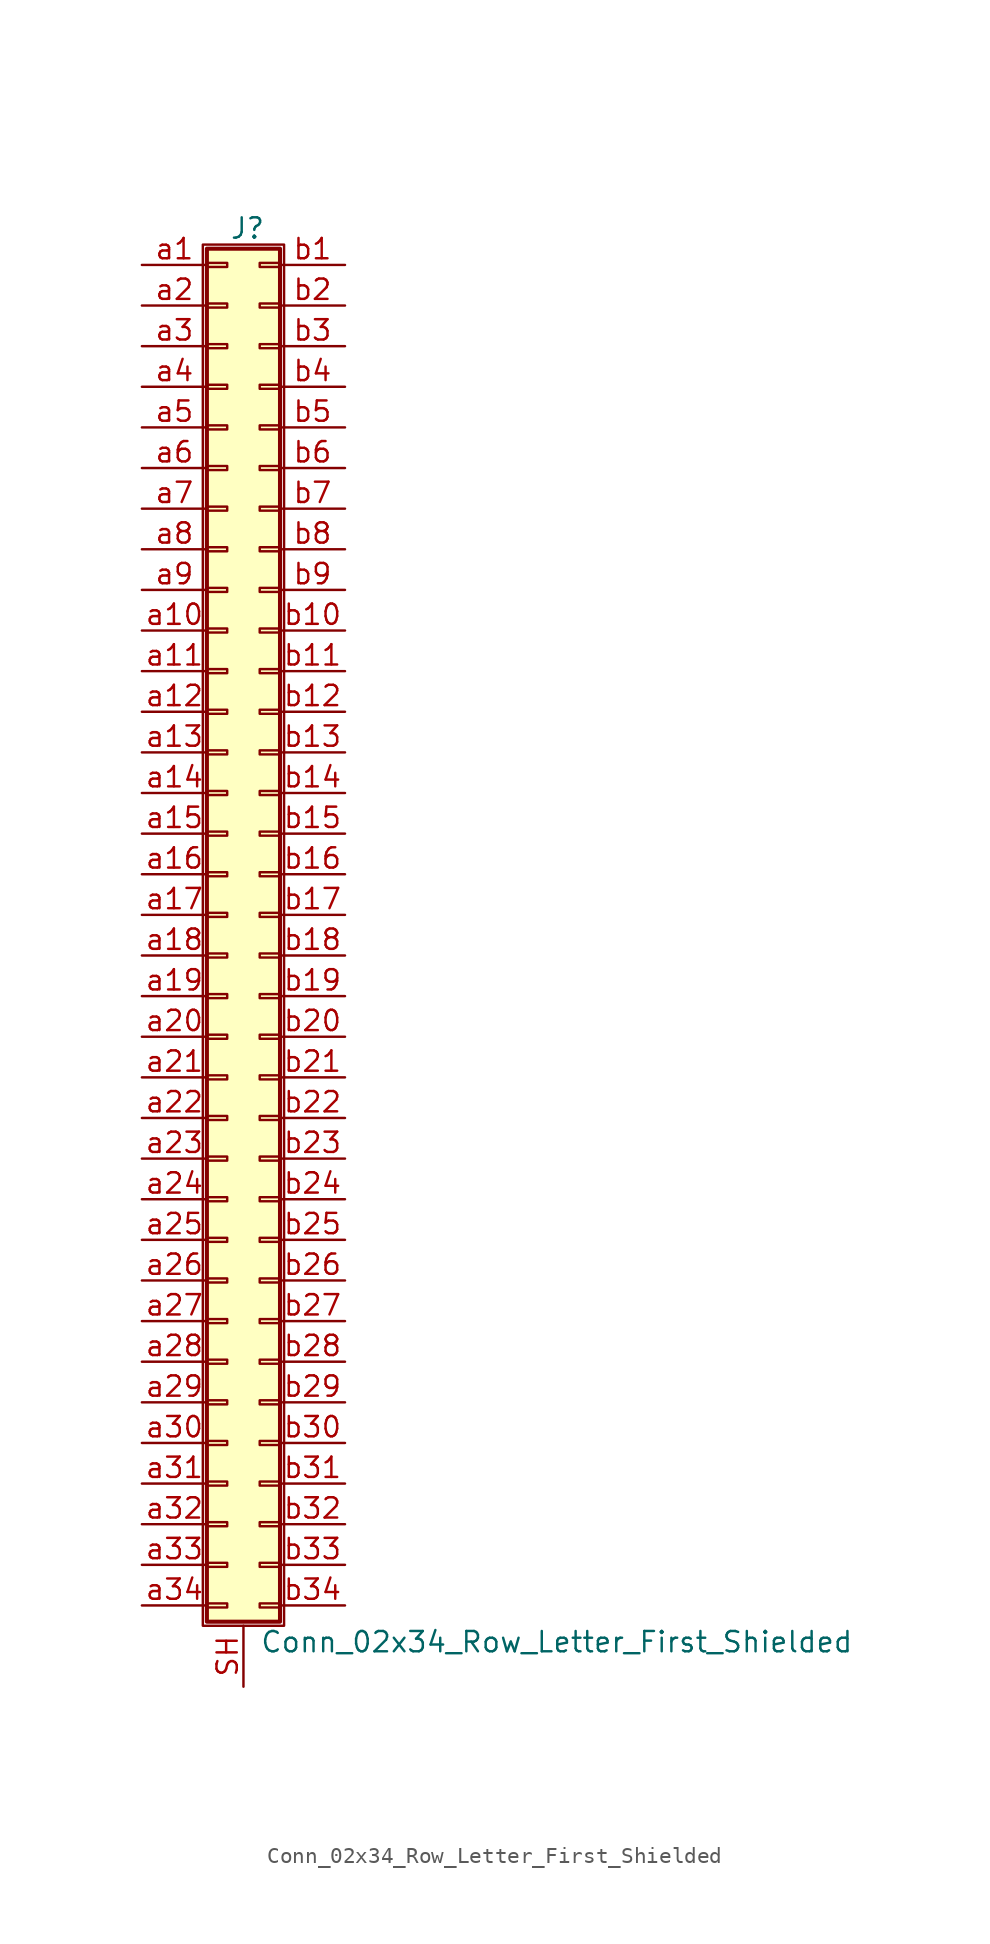
<source format=kicad_sym>
(kicad_symbol_lib
  (version 20211014)
  (generator kicad_symbol_editor)
  (symbol "Conn_02x34_Row_Letter_First_Shielded"
    (pin_names
      (offset 1.016) hide)
    (property "Reference" "J"
      (at 1.524 42.926 0)
      (effects (font (size 1.27 1.27))))
    (property "Value" "Conn_02x34_Row_Letter_First_Shielded"
      (at 2.286 -45.466 0)
      (effects (font (size 1.27 1.27)) (justify left)))
    (symbol "Conn_02x34_Row_Letter_First_Shielded_1_1"
      (rectangle (start -1.27 41.91) (end 3.81 -44.45) (stroke (width 0.152) (type default) (color 0 0 0 0)) (fill (type none)))
      (rectangle (start -1.016 -43.053) (end 0.254 -43.307) (stroke (width 0.152) (type default) (color 0 0 0 0)) (fill (type none)))
      (rectangle (start -1.016 -40.513) (end 0.254 -40.767) (stroke (width 0.152) (type default) (color 0 0 0 0)) (fill (type none)))
      (rectangle (start -1.016 -37.973) (end 0.254 -38.227) (stroke (width 0.152) (type default) (color 0 0 0 0)) (fill (type none)))
      (rectangle (start -1.016 -35.433) (end 0.254 -35.687) (stroke (width 0.152) (type default) (color 0 0 0 0)) (fill (type none)))
      (rectangle (start -1.016 -32.893) (end 0.254 -33.147) (stroke (width 0.152) (type default) (color 0 0 0 0)) (fill (type none)))
      (rectangle (start -1.016 -30.353) (end 0.254 -30.607) (stroke (width 0.152) (type default) (color 0 0 0 0)) (fill (type none)))
      (rectangle (start -1.016 -27.813) (end 0.254 -28.067) (stroke (width 0.152) (type default) (color 0 0 0 0)) (fill (type none)))
      (rectangle (start -1.016 -25.273) (end 0.254 -25.527) (stroke (width 0.152) (type default) (color 0 0 0 0)) (fill (type none)))
      (rectangle (start -1.016 -22.733) (end 0.254 -22.987) (stroke (width 0.152) (type default) (color 0 0 0 0)) (fill (type none)))
      (rectangle (start -1.016 -20.193) (end 0.254 -20.447) (stroke (width 0.152) (type default) (color 0 0 0 0)) (fill (type none)))
      (rectangle (start -1.016 -17.653) (end 0.254 -17.907) (stroke (width 0.152) (type default) (color 0 0 0 0)) (fill (type none)))
      (rectangle (start -1.016 -15.113) (end 0.254 -15.367) (stroke (width 0.152) (type default) (color 0 0 0 0)) (fill (type none)))
      (rectangle (start -1.016 -12.573) (end 0.254 -12.827) (stroke (width 0.152) (type default) (color 0 0 0 0)) (fill (type none)))
      (rectangle (start -1.016 -10.033) (end 0.254 -10.287) (stroke (width 0.152) (type default) (color 0 0 0 0)) (fill (type none)))
      (rectangle (start -1.016 -7.493) (end 0.254 -7.747) (stroke (width 0.152) (type default) (color 0 0 0 0)) (fill (type none)))
      (rectangle (start -1.016 -4.953) (end 0.254 -5.207) (stroke (width 0.152) (type default) (color 0 0 0 0)) (fill (type none)))
      (rectangle (start -1.016 -2.413) (end 0.254 -2.667) (stroke (width 0.152) (type default) (color 0 0 0 0)) (fill (type none)))
      (rectangle (start -1.016 0.127) (end 0.254 -0.127) (stroke (width 0.152) (type default) (color 0 0 0 0)) (fill (type none)))
      (rectangle (start -1.016 2.667) (end 0.254 2.413) (stroke (width 0.152) (type default) (color 0 0 0 0)) (fill (type none)))
      (rectangle (start -1.016 5.207) (end 0.254 4.953) (stroke (width 0.152) (type default) (color 0 0 0 0)) (fill (type none)))
      (rectangle (start -1.016 7.747) (end 0.254 7.493) (stroke (width 0.152) (type default) (color 0 0 0 0)) (fill (type none)))
      (rectangle (start -1.016 10.287) (end 0.254 10.033) (stroke (width 0.152) (type default) (color 0 0 0 0)) (fill (type none)))
      (rectangle (start -1.016 12.827) (end 0.254 12.573) (stroke (width 0.152) (type default) (color 0 0 0 0)) (fill (type none)))
      (rectangle (start -1.016 15.367) (end 0.254 15.113) (stroke (width 0.152) (type default) (color 0 0 0 0)) (fill (type none)))
      (rectangle (start -1.016 17.907) (end 0.254 17.653) (stroke (width 0.152) (type default) (color 0 0 0 0)) (fill (type none)))
      (rectangle (start -1.016 20.447) (end 0.254 20.193) (stroke (width 0.152) (type default) (color 0 0 0 0)) (fill (type none)))
      (rectangle (start -1.016 22.987) (end 0.254 22.733) (stroke (width 0.152) (type default) (color 0 0 0 0)) (fill (type none)))
      (rectangle (start -1.016 25.527) (end 0.254 25.273) (stroke (width 0.152) (type default) (color 0 0 0 0)) (fill (type none)))
      (rectangle (start -1.016 28.067) (end 0.254 27.813) (stroke (width 0.152) (type default) (color 0 0 0 0)) (fill (type none)))
      (rectangle (start -1.016 30.607) (end 0.254 30.353) (stroke (width 0.152) (type default) (color 0 0 0 0)) (fill (type none)))
      (rectangle (start -1.016 33.147) (end 0.254 32.893) (stroke (width 0.152) (type default) (color 0 0 0 0)) (fill (type none)))
      (rectangle (start -1.016 35.687) (end 0.254 35.433) (stroke (width 0.152) (type default) (color 0 0 0 0)) (fill (type none)))
      (rectangle (start -1.016 38.227) (end 0.254 37.973) (stroke (width 0.152) (type default) (color 0 0 0 0)) (fill (type none)))
      (rectangle (start -1.016 40.767) (end 0.254 40.513) (stroke (width 0.152) (type default) (color 0 0 0 0)) (fill (type none)))
      (rectangle (start -1.016 41.656) (end 3.556 -44.196) (stroke (width 0.254) (type default) (color 0 0 0 0)) (fill (type background)))
      (rectangle (start 3.556 -43.053) (end 2.286 -43.307) (stroke (width 0.152) (type default) (color 0 0 0 0)) (fill (type none)))
      (rectangle (start 3.556 -40.513) (end 2.286 -40.767) (stroke (width 0.152) (type default) (color 0 0 0 0)) (fill (type none)))
      (rectangle (start 3.556 -37.973) (end 2.286 -38.227) (stroke (width 0.152) (type default) (color 0 0 0 0)) (fill (type none)))
      (rectangle (start 3.556 -35.433) (end 2.286 -35.687) (stroke (width 0.152) (type default) (color 0 0 0 0)) (fill (type none)))
      (rectangle (start 3.556 -32.893) (end 2.286 -33.147) (stroke (width 0.152) (type default) (color 0 0 0 0)) (fill (type none)))
      (rectangle (start 3.556 -30.353) (end 2.286 -30.607) (stroke (width 0.152) (type default) (color 0 0 0 0)) (fill (type none)))
      (rectangle (start 3.556 -27.813) (end 2.286 -28.067) (stroke (width 0.152) (type default) (color 0 0 0 0)) (fill (type none)))
      (rectangle (start 3.556 -25.273) (end 2.286 -25.527) (stroke (width 0.152) (type default) (color 0 0 0 0)) (fill (type none)))
      (rectangle (start 3.556 -22.733) (end 2.286 -22.987) (stroke (width 0.152) (type default) (color 0 0 0 0)) (fill (type none)))
      (rectangle (start 3.556 -20.193) (end 2.286 -20.447) (stroke (width 0.152) (type default) (color 0 0 0 0)) (fill (type none)))
      (rectangle (start 3.556 -17.653) (end 2.286 -17.907) (stroke (width 0.152) (type default) (color 0 0 0 0)) (fill (type none)))
      (rectangle (start 3.556 -15.113) (end 2.286 -15.367) (stroke (width 0.152) (type default) (color 0 0 0 0)) (fill (type none)))
      (rectangle (start 3.556 -12.573) (end 2.286 -12.827) (stroke (width 0.152) (type default) (color 0 0 0 0)) (fill (type none)))
      (rectangle (start 3.556 -10.033) (end 2.286 -10.287) (stroke (width 0.152) (type default) (color 0 0 0 0)) (fill (type none)))
      (rectangle (start 3.556 -7.493) (end 2.286 -7.747) (stroke (width 0.152) (type default) (color 0 0 0 0)) (fill (type none)))
      (rectangle (start 3.556 -4.953) (end 2.286 -5.207) (stroke (width 0.152) (type default) (color 0 0 0 0)) (fill (type none)))
      (rectangle (start 3.556 -2.413) (end 2.286 -2.667) (stroke (width 0.152) (type default) (color 0 0 0 0)) (fill (type none)))
      (rectangle (start 3.556 0.127) (end 2.286 -0.127) (stroke (width 0.152) (type default) (color 0 0 0 0)) (fill (type none)))
      (rectangle (start 3.556 2.667) (end 2.286 2.413) (stroke (width 0.152) (type default) (color 0 0 0 0)) (fill (type none)))
      (rectangle (start 3.556 5.207) (end 2.286 4.953) (stroke (width 0.152) (type default) (color 0 0 0 0)) (fill (type none)))
      (rectangle (start 3.556 7.747) (end 2.286 7.493) (stroke (width 0.152) (type default) (color 0 0 0 0)) (fill (type none)))
      (rectangle (start 3.556 10.287) (end 2.286 10.033) (stroke (width 0.152) (type default) (color 0 0 0 0)) (fill (type none)))
      (rectangle (start 3.556 12.827) (end 2.286 12.573) (stroke (width 0.152) (type default) (color 0 0 0 0)) (fill (type none)))
      (rectangle (start 3.556 15.367) (end 2.286 15.113) (stroke (width 0.152) (type default) (color 0 0 0 0)) (fill (type none)))
      (rectangle (start 3.556 17.907) (end 2.286 17.653) (stroke (width 0.152) (type default) (color 0 0 0 0)) (fill (type none)))
      (rectangle (start 3.556 20.447) (end 2.286 20.193) (stroke (width 0.152) (type default) (color 0 0 0 0)) (fill (type none)))
      (rectangle (start 3.556 22.987) (end 2.286 22.733) (stroke (width 0.152) (type default) (color 0 0 0 0)) (fill (type none)))
      (rectangle (start 3.556 25.527) (end 2.286 25.273) (stroke (width 0.152) (type default) (color 0 0 0 0)) (fill (type none)))
      (rectangle (start 3.556 28.067) (end 2.286 27.813) (stroke (width 0.152) (type default) (color 0 0 0 0)) (fill (type none)))
      (rectangle (start 3.556 30.607) (end 2.286 30.353) (stroke (width 0.152) (type default) (color 0 0 0 0)) (fill (type none)))
      (rectangle (start 3.556 33.147) (end 2.286 32.893) (stroke (width 0.152) (type default) (color 0 0 0 0)) (fill (type none)))
      (rectangle (start 3.556 35.687) (end 2.286 35.433) (stroke (width 0.152) (type default) (color 0 0 0 0)) (fill (type none)))
      (rectangle (start 3.556 38.227) (end 2.286 37.973) (stroke (width 0.152) (type default) (color 0 0 0 0)) (fill (type none)))
      (rectangle (start 3.556 40.767) (end 2.286 40.513) (stroke (width 0.152) (type default) (color 0 0 0 0)) (fill (type none)))
      (pin passive line (at 1.27 -48.26 90) (length 3.81) (name "Shield" (effects (font (size 1.27 1.27)))) (number "SH" (effects (font (size 1.27 1.27)))))
      (pin passive line (at -5.08 40.64 0) (length 4.064) (name "Pin_a1" (effects (font (size 1.27 1.27)))) (number "a1" (effects (font (size 1.27 1.27)))))
      (pin passive line (at -5.08 17.78 0) (length 4.064) (name "Pin_a10" (effects (font (size 1.27 1.27)))) (number "a10" (effects (font (size 1.27 1.27)))))
      (pin passive line (at -5.08 15.24 0) (length 4.064) (name "Pin_a11" (effects (font (size 1.27 1.27)))) (number "a11" (effects (font (size 1.27 1.27)))))
      (pin passive line (at -5.08 12.7 0) (length 4.064) (name "Pin_a12" (effects (font (size 1.27 1.27)))) (number "a12" (effects (font (size 1.27 1.27)))))
      (pin passive line (at -5.08 10.16 0) (length 4.064) (name "Pin_a13" (effects (font (size 1.27 1.27)))) (number "a13" (effects (font (size 1.27 1.27)))))
      (pin passive line (at -5.08 7.62 0) (length 4.064) (name "Pin_a14" (effects (font (size 1.27 1.27)))) (number "a14" (effects (font (size 1.27 1.27)))))
      (pin passive line (at -5.08 5.08 0) (length 4.064) (name "Pin_a15" (effects (font (size 1.27 1.27)))) (number "a15" (effects (font (size 1.27 1.27)))))
      (pin passive line (at -5.08 2.54 0) (length 4.064) (name "Pin_a16" (effects (font (size 1.27 1.27)))) (number "a16" (effects (font (size 1.27 1.27)))))
      (pin passive line (at -5.08 0 0) (length 4.064) (name "Pin_a17" (effects (font (size 1.27 1.27)))) (number "a17" (effects (font (size 1.27 1.27)))))
      (pin passive line (at -5.08 -2.54 0) (length 4.064) (name "Pin_a18" (effects (font (size 1.27 1.27)))) (number "a18" (effects (font (size 1.27 1.27)))))
      (pin passive line (at -5.08 -5.08 0) (length 4.064) (name "Pin_a19" (effects (font (size 1.27 1.27)))) (number "a19" (effects (font (size 1.27 1.27)))))
      (pin passive line (at -5.08 38.1 0) (length 4.064) (name "Pin_a2" (effects (font (size 1.27 1.27)))) (number "a2" (effects (font (size 1.27 1.27)))))
      (pin passive line (at -5.08 -7.62 0) (length 4.064) (name "Pin_a20" (effects (font (size 1.27 1.27)))) (number "a20" (effects (font (size 1.27 1.27)))))
      (pin passive line (at -5.08 -10.16 0) (length 4.064) (name "Pin_a21" (effects (font (size 1.27 1.27)))) (number "a21" (effects (font (size 1.27 1.27)))))
      (pin passive line (at -5.08 -12.7 0) (length 4.064) (name "Pin_a22" (effects (font (size 1.27 1.27)))) (number "a22" (effects (font (size 1.27 1.27)))))
      (pin passive line (at -5.08 -15.24 0) (length 4.064) (name "Pin_a23" (effects (font (size 1.27 1.27)))) (number "a23" (effects (font (size 1.27 1.27)))))
      (pin passive line (at -5.08 -17.78 0) (length 4.064) (name "Pin_a24" (effects (font (size 1.27 1.27)))) (number "a24" (effects (font (size 1.27 1.27)))))
      (pin passive line (at -5.08 -20.32 0) (length 4.064) (name "Pin_a25" (effects (font (size 1.27 1.27)))) (number "a25" (effects (font (size 1.27 1.27)))))
      (pin passive line (at -5.08 -22.86 0) (length 4.064) (name "Pin_a26" (effects (font (size 1.27 1.27)))) (number "a26" (effects (font (size 1.27 1.27)))))
      (pin passive line (at -5.08 -25.4 0) (length 4.064) (name "Pin_a27" (effects (font (size 1.27 1.27)))) (number "a27" (effects (font (size 1.27 1.27)))))
      (pin passive line (at -5.08 -27.94 0) (length 4.064) (name "Pin_a28" (effects (font (size 1.27 1.27)))) (number "a28" (effects (font (size 1.27 1.27)))))
      (pin passive line (at -5.08 -30.48 0) (length 4.064) (name "Pin_a29" (effects (font (size 1.27 1.27)))) (number "a29" (effects (font (size 1.27 1.27)))))
      (pin passive line (at -5.08 35.56 0) (length 4.064) (name "Pin_a3" (effects (font (size 1.27 1.27)))) (number "a3" (effects (font (size 1.27 1.27)))))
      (pin passive line (at -5.08 -33.02 0) (length 4.064) (name "Pin_a30" (effects (font (size 1.27 1.27)))) (number "a30" (effects (font (size 1.27 1.27)))))
      (pin passive line (at -5.08 -35.56 0) (length 4.064) (name "Pin_a31" (effects (font (size 1.27 1.27)))) (number "a31" (effects (font (size 1.27 1.27)))))
      (pin passive line (at -5.08 -38.1 0) (length 4.064) (name "Pin_a32" (effects (font (size 1.27 1.27)))) (number "a32" (effects (font (size 1.27 1.27)))))
      (pin passive line (at -5.08 -40.64 0) (length 4.064) (name "Pin_a33" (effects (font (size 1.27 1.27)))) (number "a33" (effects (font (size 1.27 1.27)))))
      (pin passive line (at -5.08 -43.18 0) (length 4.064) (name "Pin_a34" (effects (font (size 1.27 1.27)))) (number "a34" (effects (font (size 1.27 1.27)))))
      (pin passive line (at -5.08 33.02 0) (length 4.064) (name "Pin_a4" (effects (font (size 1.27 1.27)))) (number "a4" (effects (font (size 1.27 1.27)))))
      (pin passive line (at -5.08 30.48 0) (length 4.064) (name "Pin_a5" (effects (font (size 1.27 1.27)))) (number "a5" (effects (font (size 1.27 1.27)))))
      (pin passive line (at -5.08 27.94 0) (length 4.064) (name "Pin_a6" (effects (font (size 1.27 1.27)))) (number "a6" (effects (font (size 1.27 1.27)))))
      (pin passive line (at -5.08 25.4 0) (length 4.064) (name "Pin_a7" (effects (font (size 1.27 1.27)))) (number "a7" (effects (font (size 1.27 1.27)))))
      (pin passive line (at -5.08 22.86 0) (length 4.064) (name "Pin_a8" (effects (font (size 1.27 1.27)))) (number "a8" (effects (font (size 1.27 1.27)))))
      (pin passive line (at -5.08 20.32 0) (length 4.064) (name "Pin_a9" (effects (font (size 1.27 1.27)))) (number "a9" (effects (font (size 1.27 1.27)))))
      (pin passive line (at 7.62 40.64 180) (length 4.064) (name "Pin_b1" (effects (font (size 1.27 1.27)))) (number "b1" (effects (font (size 1.27 1.27)))))
      (pin passive line (at 7.62 17.78 180) (length 4.064) (name "Pin_b10" (effects (font (size 1.27 1.27)))) (number "b10" (effects (font (size 1.27 1.27)))))
      (pin passive line (at 7.62 15.24 180) (length 4.064) (name "Pin_b11" (effects (font (size 1.27 1.27)))) (number "b11" (effects (font (size 1.27 1.27)))))
      (pin passive line (at 7.62 12.7 180) (length 4.064) (name "Pin_b12" (effects (font (size 1.27 1.27)))) (number "b12" (effects (font (size 1.27 1.27)))))
      (pin passive line (at 7.62 10.16 180) (length 4.064) (name "Pin_b13" (effects (font (size 1.27 1.27)))) (number "b13" (effects (font (size 1.27 1.27)))))
      (pin passive line (at 7.62 7.62 180) (length 4.064) (name "Pin_b14" (effects (font (size 1.27 1.27)))) (number "b14" (effects (font (size 1.27 1.27)))))
      (pin passive line (at 7.62 5.08 180) (length 4.064) (name "Pin_b15" (effects (font (size 1.27 1.27)))) (number "b15" (effects (font (size 1.27 1.27)))))
      (pin passive line (at 7.62 2.54 180) (length 4.064) (name "Pin_b16" (effects (font (size 1.27 1.27)))) (number "b16" (effects (font (size 1.27 1.27)))))
      (pin passive line (at 7.62 0 180) (length 4.064) (name "Pin_b17" (effects (font (size 1.27 1.27)))) (number "b17" (effects (font (size 1.27 1.27)))))
      (pin passive line (at 7.62 -2.54 180) (length 4.064) (name "Pin_b18" (effects (font (size 1.27 1.27)))) (number "b18" (effects (font (size 1.27 1.27)))))
      (pin passive line (at 7.62 -5.08 180) (length 4.064) (name "Pin_b19" (effects (font (size 1.27 1.27)))) (number "b19" (effects (font (size 1.27 1.27)))))
      (pin passive line (at 7.62 38.1 180) (length 4.064) (name "Pin_b2" (effects (font (size 1.27 1.27)))) (number "b2" (effects (font (size 1.27 1.27)))))
      (pin passive line (at 7.62 -7.62 180) (length 4.064) (name "Pin_b20" (effects (font (size 1.27 1.27)))) (number "b20" (effects (font (size 1.27 1.27)))))
      (pin passive line (at 7.62 -10.16 180) (length 4.064) (name "Pin_b21" (effects (font (size 1.27 1.27)))) (number "b21" (effects (font (size 1.27 1.27)))))
      (pin passive line (at 7.62 -12.7 180) (length 4.064) (name "Pin_b22" (effects (font (size 1.27 1.27)))) (number "b22" (effects (font (size 1.27 1.27)))))
      (pin passive line (at 7.62 -15.24 180) (length 4.064) (name "Pin_b23" (effects (font (size 1.27 1.27)))) (number "b23" (effects (font (size 1.27 1.27)))))
      (pin passive line (at 7.62 -17.78 180) (length 4.064) (name "Pin_b24" (effects (font (size 1.27 1.27)))) (number "b24" (effects (font (size 1.27 1.27)))))
      (pin passive line (at 7.62 -20.32 180) (length 4.064) (name "Pin_b25" (effects (font (size 1.27 1.27)))) (number "b25" (effects (font (size 1.27 1.27)))))
      (pin passive line (at 7.62 -22.86 180) (length 4.064) (name "Pin_b26" (effects (font (size 1.27 1.27)))) (number "b26" (effects (font (size 1.27 1.27)))))
      (pin passive line (at 7.62 -25.4 180) (length 4.064) (name "Pin_b27" (effects (font (size 1.27 1.27)))) (number "b27" (effects (font (size 1.27 1.27)))))
      (pin passive line (at 7.62 -27.94 180) (length 4.064) (name "Pin_b28" (effects (font (size 1.27 1.27)))) (number "b28" (effects (font (size 1.27 1.27)))))
      (pin passive line (at 7.62 -30.48 180) (length 4.064) (name "Pin_b29" (effects (font (size 1.27 1.27)))) (number "b29" (effects (font (size 1.27 1.27)))))
      (pin passive line (at 7.62 35.56 180) (length 4.064) (name "Pin_b3" (effects (font (size 1.27 1.27)))) (number "b3" (effects (font (size 1.27 1.27)))))
      (pin passive line (at 7.62 -33.02 180) (length 4.064) (name "Pin_b30" (effects (font (size 1.27 1.27)))) (number "b30" (effects (font (size 1.27 1.27)))))
      (pin passive line (at 7.62 -35.56 180) (length 4.064) (name "Pin_b31" (effects (font (size 1.27 1.27)))) (number "b31" (effects (font (size 1.27 1.27)))))
      (pin passive line (at 7.62 -38.1 180) (length 4.064) (name "Pin_b32" (effects (font (size 1.27 1.27)))) (number "b32" (effects (font (size 1.27 1.27)))))
      (pin passive line (at 7.62 -40.64 180) (length 4.064) (name "Pin_b33" (effects (font (size 1.27 1.27)))) (number "b33" (effects (font (size 1.27 1.27)))))
      (pin passive line (at 7.62 -43.18 180) (length 4.064) (name "Pin_b34" (effects (font (size 1.27 1.27)))) (number "b34" (effects (font (size 1.27 1.27)))))
      (pin passive line (at 7.62 33.02 180) (length 4.064) (name "Pin_b4" (effects (font (size 1.27 1.27)))) (number "b4" (effects (font (size 1.27 1.27)))))
      (pin passive line (at 7.62 30.48 180) (length 4.064) (name "Pin_b5" (effects (font (size 1.27 1.27)))) (number "b5" (effects (font (size 1.27 1.27)))))
      (pin passive line (at 7.62 27.94 180) (length 4.064) (name "Pin_b6" (effects (font (size 1.27 1.27)))) (number "b6" (effects (font (size 1.27 1.27)))))
      (pin passive line (at 7.62 25.4 180) (length 4.064) (name "Pin_b7" (effects (font (size 1.27 1.27)))) (number "b7" (effects (font (size 1.27 1.27)))))
      (pin passive line (at 7.62 22.86 180) (length 4.064) (name "Pin_b8" (effects (font (size 1.27 1.27)))) (number "b8" (effects (font (size 1.27 1.27)))))
      (pin passive line (at 7.62 20.32 180) (length 4.064) (name "Pin_b9" (effects (font (size 1.27 1.27)))) (number "b9" (effects (font (size 1.27 1.27))))))))
</source>
